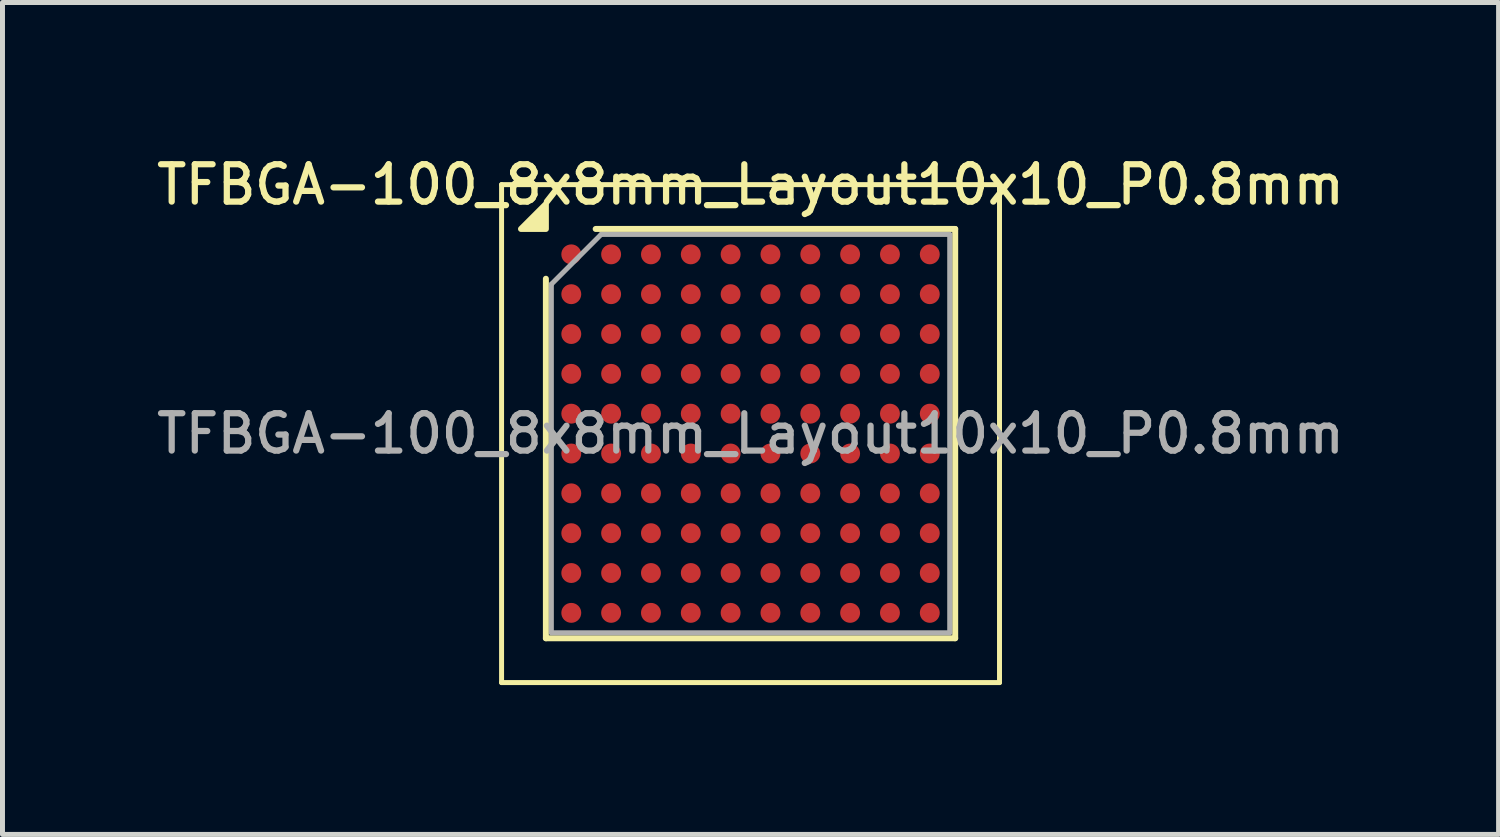
<source format=kicad_pcb>
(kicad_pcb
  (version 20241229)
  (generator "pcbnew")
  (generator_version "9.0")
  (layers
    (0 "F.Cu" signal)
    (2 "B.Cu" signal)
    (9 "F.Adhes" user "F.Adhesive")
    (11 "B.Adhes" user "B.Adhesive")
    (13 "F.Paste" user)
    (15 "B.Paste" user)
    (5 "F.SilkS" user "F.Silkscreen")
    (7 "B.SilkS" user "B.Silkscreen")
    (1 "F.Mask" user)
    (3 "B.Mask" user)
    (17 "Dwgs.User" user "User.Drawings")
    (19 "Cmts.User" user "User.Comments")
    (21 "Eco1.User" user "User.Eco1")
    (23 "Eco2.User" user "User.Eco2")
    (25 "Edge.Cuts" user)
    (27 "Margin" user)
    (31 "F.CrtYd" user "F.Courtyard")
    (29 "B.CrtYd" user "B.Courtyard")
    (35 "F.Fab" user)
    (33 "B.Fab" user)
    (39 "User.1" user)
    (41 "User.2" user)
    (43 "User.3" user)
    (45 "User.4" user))
  (footprint "TFBGA-100_8x8mm_Layout10x10_P0.8mm"
    (layer "F.Cu")
    (at 12.023 5.658)
    (property "Reference" "TFBGA-100_8x8mm_Layout10x10_P0.8mm" (at 0 -5 0) (layer "F.SilkS") (effects (font (size 0.75 0.75) (thickness 0.125))))
    (attr smd)
    (fp_line (start -5 -5) (end -5 5) (stroke (width 0.1) (type solid)) (layer "F.SilkS"))
    (fp_line (start -5 5) (end 5 5) (stroke (width 0.1) (type solid)) (layer "F.SilkS"))
    (fp_line (start -4.11 4.11) (end -4.11 -3.11) (stroke (width 0.12) (type solid)) (layer "F.SilkS"))
    (fp_line (start -3.11 -4.11) (end 4.11 -4.11) (stroke (width 0.12) (type solid)) (layer "F.SilkS"))
    (fp_line (start 4.11 -4.11) (end 4.11 4.11) (stroke (width 0.12) (type solid)) (layer "F.SilkS"))
    (fp_line (start 4.11 4.11) (end -4.11 4.11) (stroke (width 0.12) (type solid)) (layer "F.SilkS"))
    (fp_line (start 5 -5) (end -5 -5) (stroke (width 0.1) (type solid)) (layer "F.SilkS"))
    (fp_line (start 5 5) (end 5 -5) (stroke (width 0.1) (type solid)) (layer "F.SilkS"))
    (fp_poly (pts (xy -4.11 -4.11) (xy -4.61 -4.11) (xy -4.11 -4.61) (xy -4.11 -4.11)) (stroke (width 0.12) (type solid)) (fill yes) (layer "F.SilkS"))
    (fp_line (start -4 -3) (end -3 -4) (stroke (width 0.1) (type solid)) (layer "F.Fab"))
    (fp_line (start -4 4) (end -4 -3) (stroke (width 0.1) (type solid)) (layer "F.Fab"))
    (fp_line (start -3 -4) (end 4 -4) (stroke (width 0.1) (type solid)) (layer "F.Fab"))
    (fp_line (start 4 -4) (end 4 4) (stroke (width 0.1) (type solid)) (layer "F.Fab"))
    (fp_line (start 4 4) (end -4 4) (stroke (width 0.1) (type solid)) (layer "F.Fab"))
    (fp_text user "${REFERENCE}" (at 0 0 0) (layer "F.Fab") (effects (font (size 0.75 0.75) (thickness 0.125))))
    (pad "A1" smd circle (at -3.6 -3.6) (size 0.4 0.4) (property pad_prop_bga) (layers "F.Cu" "F.Mask" "F.Paste"))
    (pad "A2" smd circle (at -2.8 -3.6) (size 0.4 0.4) (property pad_prop_bga) (layers "F.Cu" "F.Mask" "F.Paste"))
    (pad "A3" smd circle (at -2 -3.6) (size 0.4 0.4) (property pad_prop_bga) (layers "F.Cu" "F.Mask" "F.Paste"))
    (pad "A4" smd circle (at -1.2 -3.6) (size 0.4 0.4) (property pad_prop_bga) (layers "F.Cu" "F.Mask" "F.Paste"))
    (pad "A5" smd circle (at -0.4 -3.6) (size 0.4 0.4) (property pad_prop_bga) (layers "F.Cu" "F.Mask" "F.Paste"))
    (pad "A6" smd circle (at 0.4 -3.6) (size 0.4 0.4) (property pad_prop_bga) (layers "F.Cu" "F.Mask" "F.Paste"))
    (pad "A7" smd circle (at 1.2 -3.6) (size 0.4 0.4) (property pad_prop_bga) (layers "F.Cu" "F.Mask" "F.Paste"))
    (pad "A8" smd circle (at 2 -3.6) (size 0.4 0.4) (property pad_prop_bga) (layers "F.Cu" "F.Mask" "F.Paste"))
    (pad "A9" smd circle (at 2.8 -3.6) (size 0.4 0.4) (property pad_prop_bga) (layers "F.Cu" "F.Mask" "F.Paste"))
    (pad "A10" smd circle (at 3.6 -3.6) (size 0.4 0.4) (property pad_prop_bga) (layers "F.Cu" "F.Mask" "F.Paste"))
    (pad "B1" smd circle (at -3.6 -2.8) (size 0.4 0.4) (property pad_prop_bga) (layers "F.Cu" "F.Mask" "F.Paste"))
    (pad "B2" smd circle (at -2.8 -2.8) (size 0.4 0.4) (property pad_prop_bga) (layers "F.Cu" "F.Mask" "F.Paste"))
    (pad "B3" smd circle (at -2 -2.8) (size 0.4 0.4) (property pad_prop_bga) (layers "F.Cu" "F.Mask" "F.Paste"))
    (pad "B4" smd circle (at -1.2 -2.8) (size 0.4 0.4) (property pad_prop_bga) (layers "F.Cu" "F.Mask" "F.Paste"))
    (pad "B5" smd circle (at -0.4 -2.8) (size 0.4 0.4) (property pad_prop_bga) (layers "F.Cu" "F.Mask" "F.Paste"))
    (pad "B6" smd circle (at 0.4 -2.8) (size 0.4 0.4) (property pad_prop_bga) (layers "F.Cu" "F.Mask" "F.Paste"))
    (pad "B7" smd circle (at 1.2 -2.8) (size 0.4 0.4) (property pad_prop_bga) (layers "F.Cu" "F.Mask" "F.Paste"))
    (pad "B8" smd circle (at 2 -2.8) (size 0.4 0.4) (property pad_prop_bga) (layers "F.Cu" "F.Mask" "F.Paste"))
    (pad "B9" smd circle (at 2.8 -2.8) (size 0.4 0.4) (property pad_prop_bga) (layers "F.Cu" "F.Mask" "F.Paste"))
    (pad "B10" smd circle (at 3.6 -2.8) (size 0.4 0.4) (property pad_prop_bga) (layers "F.Cu" "F.Mask" "F.Paste"))
    (pad "C1" smd circle (at -3.6 -2) (size 0.4 0.4) (property pad_prop_bga) (layers "F.Cu" "F.Mask" "F.Paste"))
    (pad "C2" smd circle (at -2.8 -2) (size 0.4 0.4) (property pad_prop_bga) (layers "F.Cu" "F.Mask" "F.Paste"))
    (pad "C3" smd circle (at -2 -2) (size 0.4 0.4) (property pad_prop_bga) (layers "F.Cu" "F.Mask" "F.Paste"))
    (pad "C4" smd circle (at -1.2 -2) (size 0.4 0.4) (property pad_prop_bga) (layers "F.Cu" "F.Mask" "F.Paste"))
    (pad "C5" smd circle (at -0.4 -2) (size 0.4 0.4) (property pad_prop_bga) (layers "F.Cu" "F.Mask" "F.Paste"))
    (pad "C6" smd circle (at 0.4 -2) (size 0.4 0.4) (property pad_prop_bga) (layers "F.Cu" "F.Mask" "F.Paste"))
    (pad "C7" smd circle (at 1.2 -2) (size 0.4 0.4) (property pad_prop_bga) (layers "F.Cu" "F.Mask" "F.Paste"))
    (pad "C8" smd circle (at 2 -2) (size 0.4 0.4) (property pad_prop_bga) (layers "F.Cu" "F.Mask" "F.Paste"))
    (pad "C9" smd circle (at 2.8 -2) (size 0.4 0.4) (property pad_prop_bga) (layers "F.Cu" "F.Mask" "F.Paste"))
    (pad "C10" smd circle (at 3.6 -2) (size 0.4 0.4) (property pad_prop_bga) (layers "F.Cu" "F.Mask" "F.Paste"))
    (pad "D1" smd circle (at -3.6 -1.2) (size 0.4 0.4) (property pad_prop_bga) (layers "F.Cu" "F.Mask" "F.Paste"))
    (pad "D2" smd circle (at -2.8 -1.2) (size 0.4 0.4) (property pad_prop_bga) (layers "F.Cu" "F.Mask" "F.Paste"))
    (pad "D3" smd circle (at -2 -1.2) (size 0.4 0.4) (property pad_prop_bga) (layers "F.Cu" "F.Mask" "F.Paste"))
    (pad "D4" smd circle (at -1.2 -1.2) (size 0.4 0.4) (property pad_prop_bga) (layers "F.Cu" "F.Mask" "F.Paste"))
    (pad "D5" smd circle (at -0.4 -1.2) (size 0.4 0.4) (property pad_prop_bga) (layers "F.Cu" "F.Mask" "F.Paste"))
    (pad "D6" smd circle (at 0.4 -1.2) (size 0.4 0.4) (property pad_prop_bga) (layers "F.Cu" "F.Mask" "F.Paste"))
    (pad "D7" smd circle (at 1.2 -1.2) (size 0.4 0.4) (property pad_prop_bga) (layers "F.Cu" "F.Mask" "F.Paste"))
    (pad "D8" smd circle (at 2 -1.2) (size 0.4 0.4) (property pad_prop_bga) (layers "F.Cu" "F.Mask" "F.Paste"))
    (pad "D9" smd circle (at 2.8 -1.2) (size 0.4 0.4) (property pad_prop_bga) (layers "F.Cu" "F.Mask" "F.Paste"))
    (pad "D10" smd circle (at 3.6 -1.2) (size 0.4 0.4) (property pad_prop_bga) (layers "F.Cu" "F.Mask" "F.Paste"))
    (pad "E1" smd circle (at -3.6 -0.4) (size 0.4 0.4) (property pad_prop_bga) (layers "F.Cu" "F.Mask" "F.Paste"))
    (pad "E2" smd circle (at -2.8 -0.4) (size 0.4 0.4) (property pad_prop_bga) (layers "F.Cu" "F.Mask" "F.Paste"))
    (pad "E3" smd circle (at -2 -0.4) (size 0.4 0.4) (property pad_prop_bga) (layers "F.Cu" "F.Mask" "F.Paste"))
    (pad "E4" smd circle (at -1.2 -0.4) (size 0.4 0.4) (property pad_prop_bga) (layers "F.Cu" "F.Mask" "F.Paste"))
    (pad "E5" smd circle (at -0.4 -0.4) (size 0.4 0.4) (property pad_prop_bga) (layers "F.Cu" "F.Mask" "F.Paste"))
    (pad "E6" smd circle (at 0.4 -0.4) (size 0.4 0.4) (property pad_prop_bga) (layers "F.Cu" "F.Mask" "F.Paste"))
    (pad "E7" smd circle (at 1.2 -0.4) (size 0.4 0.4) (property pad_prop_bga) (layers "F.Cu" "F.Mask" "F.Paste"))
    (pad "E8" smd circle (at 2 -0.4) (size 0.4 0.4) (property pad_prop_bga) (layers "F.Cu" "F.Mask" "F.Paste"))
    (pad "E9" smd circle (at 2.8 -0.4) (size 0.4 0.4) (property pad_prop_bga) (layers "F.Cu" "F.Mask" "F.Paste"))
    (pad "E10" smd circle (at 3.6 -0.4) (size 0.4 0.4) (property pad_prop_bga) (layers "F.Cu" "F.Mask" "F.Paste"))
    (pad "F1" smd circle (at -3.6 0.4) (size 0.4 0.4) (property pad_prop_bga) (layers "F.Cu" "F.Mask" "F.Paste"))
    (pad "F2" smd circle (at -2.8 0.4) (size 0.4 0.4) (property pad_prop_bga) (layers "F.Cu" "F.Mask" "F.Paste"))
    (pad "F3" smd circle (at -2 0.4) (size 0.4 0.4) (property pad_prop_bga) (layers "F.Cu" "F.Mask" "F.Paste"))
    (pad "F4" smd circle (at -1.2 0.4) (size 0.4 0.4) (property pad_prop_bga) (layers "F.Cu" "F.Mask" "F.Paste"))
    (pad "F5" smd circle (at -0.4 0.4) (size 0.4 0.4) (property pad_prop_bga) (layers "F.Cu" "F.Mask" "F.Paste"))
    (pad "F6" smd circle (at 0.4 0.4) (size 0.4 0.4) (property pad_prop_bga) (layers "F.Cu" "F.Mask" "F.Paste"))
    (pad "F7" smd circle (at 1.2 0.4) (size 0.4 0.4) (property pad_prop_bga) (layers "F.Cu" "F.Mask" "F.Paste"))
    (pad "F8" smd circle (at 2 0.4) (size 0.4 0.4) (property pad_prop_bga) (layers "F.Cu" "F.Mask" "F.Paste"))
    (pad "F9" smd circle (at 2.8 0.4) (size 0.4 0.4) (property pad_prop_bga) (layers "F.Cu" "F.Mask" "F.Paste"))
    (pad "F10" smd circle (at 3.6 0.4) (size 0.4 0.4) (property pad_prop_bga) (layers "F.Cu" "F.Mask" "F.Paste"))
    (pad "G1" smd circle (at -3.6 1.2) (size 0.4 0.4) (property pad_prop_bga) (layers "F.Cu" "F.Mask" "F.Paste"))
    (pad "G2" smd circle (at -2.8 1.2) (size 0.4 0.4) (property pad_prop_bga) (layers "F.Cu" "F.Mask" "F.Paste"))
    (pad "G3" smd circle (at -2 1.2) (size 0.4 0.4) (property pad_prop_bga) (layers "F.Cu" "F.Mask" "F.Paste"))
    (pad "G4" smd circle (at -1.2 1.2) (size 0.4 0.4) (property pad_prop_bga) (layers "F.Cu" "F.Mask" "F.Paste"))
    (pad "G5" smd circle (at -0.4 1.2) (size 0.4 0.4) (property pad_prop_bga) (layers "F.Cu" "F.Mask" "F.Paste"))
    (pad "G6" smd circle (at 0.4 1.2) (size 0.4 0.4) (property pad_prop_bga) (layers "F.Cu" "F.Mask" "F.Paste"))
    (pad "G7" smd circle (at 1.2 1.2) (size 0.4 0.4) (property pad_prop_bga) (layers "F.Cu" "F.Mask" "F.Paste"))
    (pad "G8" smd circle (at 2 1.2) (size 0.4 0.4) (property pad_prop_bga) (layers "F.Cu" "F.Mask" "F.Paste"))
    (pad "G9" smd circle (at 2.8 1.2) (size 0.4 0.4) (property pad_prop_bga) (layers "F.Cu" "F.Mask" "F.Paste"))
    (pad "G10" smd circle (at 3.6 1.2) (size 0.4 0.4) (property pad_prop_bga) (layers "F.Cu" "F.Mask" "F.Paste"))
    (pad "H1" smd circle (at -3.6 2) (size 0.4 0.4) (property pad_prop_bga) (layers "F.Cu" "F.Mask" "F.Paste"))
    (pad "H2" smd circle (at -2.8 2) (size 0.4 0.4) (property pad_prop_bga) (layers "F.Cu" "F.Mask" "F.Paste"))
    (pad "H3" smd circle (at -2 2) (size 0.4 0.4) (property pad_prop_bga) (layers "F.Cu" "F.Mask" "F.Paste"))
    (pad "H4" smd circle (at -1.2 2) (size 0.4 0.4) (property pad_prop_bga) (layers "F.Cu" "F.Mask" "F.Paste"))
    (pad "H5" smd circle (at -0.4 2) (size 0.4 0.4) (property pad_prop_bga) (layers "F.Cu" "F.Mask" "F.Paste"))
    (pad "H6" smd circle (at 0.4 2) (size 0.4 0.4) (property pad_prop_bga) (layers "F.Cu" "F.Mask" "F.Paste"))
    (pad "H7" smd circle (at 1.2 2) (size 0.4 0.4) (property pad_prop_bga) (layers "F.Cu" "F.Mask" "F.Paste"))
    (pad "H8" smd circle (at 2 2) (size 0.4 0.4) (property pad_prop_bga) (layers "F.Cu" "F.Mask" "F.Paste"))
    (pad "H9" smd circle (at 2.8 2) (size 0.4 0.4) (property pad_prop_bga) (layers "F.Cu" "F.Mask" "F.Paste"))
    (pad "H10" smd circle (at 3.6 2) (size 0.4 0.4) (property pad_prop_bga) (layers "F.Cu" "F.Mask" "F.Paste"))
    (pad "J1" smd circle (at -3.6 2.8) (size 0.4 0.4) (property pad_prop_bga) (layers "F.Cu" "F.Mask" "F.Paste"))
    (pad "J2" smd circle (at -2.8 2.8) (size 0.4 0.4) (property pad_prop_bga) (layers "F.Cu" "F.Mask" "F.Paste"))
    (pad "J3" smd circle (at -2 2.8) (size 0.4 0.4) (property pad_prop_bga) (layers "F.Cu" "F.Mask" "F.Paste"))
    (pad "J4" smd circle (at -1.2 2.8) (size 0.4 0.4) (property pad_prop_bga) (layers "F.Cu" "F.Mask" "F.Paste"))
    (pad "J5" smd circle (at -0.4 2.8) (size 0.4 0.4) (property pad_prop_bga) (layers "F.Cu" "F.Mask" "F.Paste"))
    (pad "J6" smd circle (at 0.4 2.8) (size 0.4 0.4) (property pad_prop_bga) (layers "F.Cu" "F.Mask" "F.Paste"))
    (pad "J7" smd circle (at 1.2 2.8) (size 0.4 0.4) (property pad_prop_bga) (layers "F.Cu" "F.Mask" "F.Paste"))
    (pad "J8" smd circle (at 2 2.8) (size 0.4 0.4) (property pad_prop_bga) (layers "F.Cu" "F.Mask" "F.Paste"))
    (pad "J9" smd circle (at 2.8 2.8) (size 0.4 0.4) (property pad_prop_bga) (layers "F.Cu" "F.Mask" "F.Paste"))
    (pad "J10" smd circle (at 3.6 2.8) (size 0.4 0.4) (property pad_prop_bga) (layers "F.Cu" "F.Mask" "F.Paste"))
    (pad "K1" smd circle (at -3.6 3.6) (size 0.4 0.4) (property pad_prop_bga) (layers "F.Cu" "F.Mask" "F.Paste"))
    (pad "K2" smd circle (at -2.8 3.6) (size 0.4 0.4) (property pad_prop_bga) (layers "F.Cu" "F.Mask" "F.Paste"))
    (pad "K3" smd circle (at -2 3.6) (size 0.4 0.4) (property pad_prop_bga) (layers "F.Cu" "F.Mask" "F.Paste"))
    (pad "K4" smd circle (at -1.2 3.6) (size 0.4 0.4) (property pad_prop_bga) (layers "F.Cu" "F.Mask" "F.Paste"))
    (pad "K5" smd circle (at -0.4 3.6) (size 0.4 0.4) (property pad_prop_bga) (layers "F.Cu" "F.Mask" "F.Paste"))
    (pad "K6" smd circle (at 0.4 3.6) (size 0.4 0.4) (property pad_prop_bga) (layers "F.Cu" "F.Mask" "F.Paste"))
    (pad "K7" smd circle (at 1.2 3.6) (size 0.4 0.4) (property pad_prop_bga) (layers "F.Cu" "F.Mask" "F.Paste"))
    (pad "K8" smd circle (at 2 3.6) (size 0.4 0.4) (property pad_prop_bga) (layers "F.Cu" "F.Mask" "F.Paste"))
    (pad "K9" smd circle (at 2.8 3.6) (size 0.4 0.4) (property pad_prop_bga) (layers "F.Cu" "F.Mask" "F.Paste"))
    (pad "K10" smd circle (at 3.6 3.6) (size 0.4 0.4) (property pad_prop_bga) (layers "F.Cu" "F.Mask" "F.Paste")))
  (gr_rect
    (start -3 -3)
    (end 27.046 13.708)
    (stroke (width 0.1) (type default))
    (fill no)
    (layer "Edge.Cuts")))
</source>
